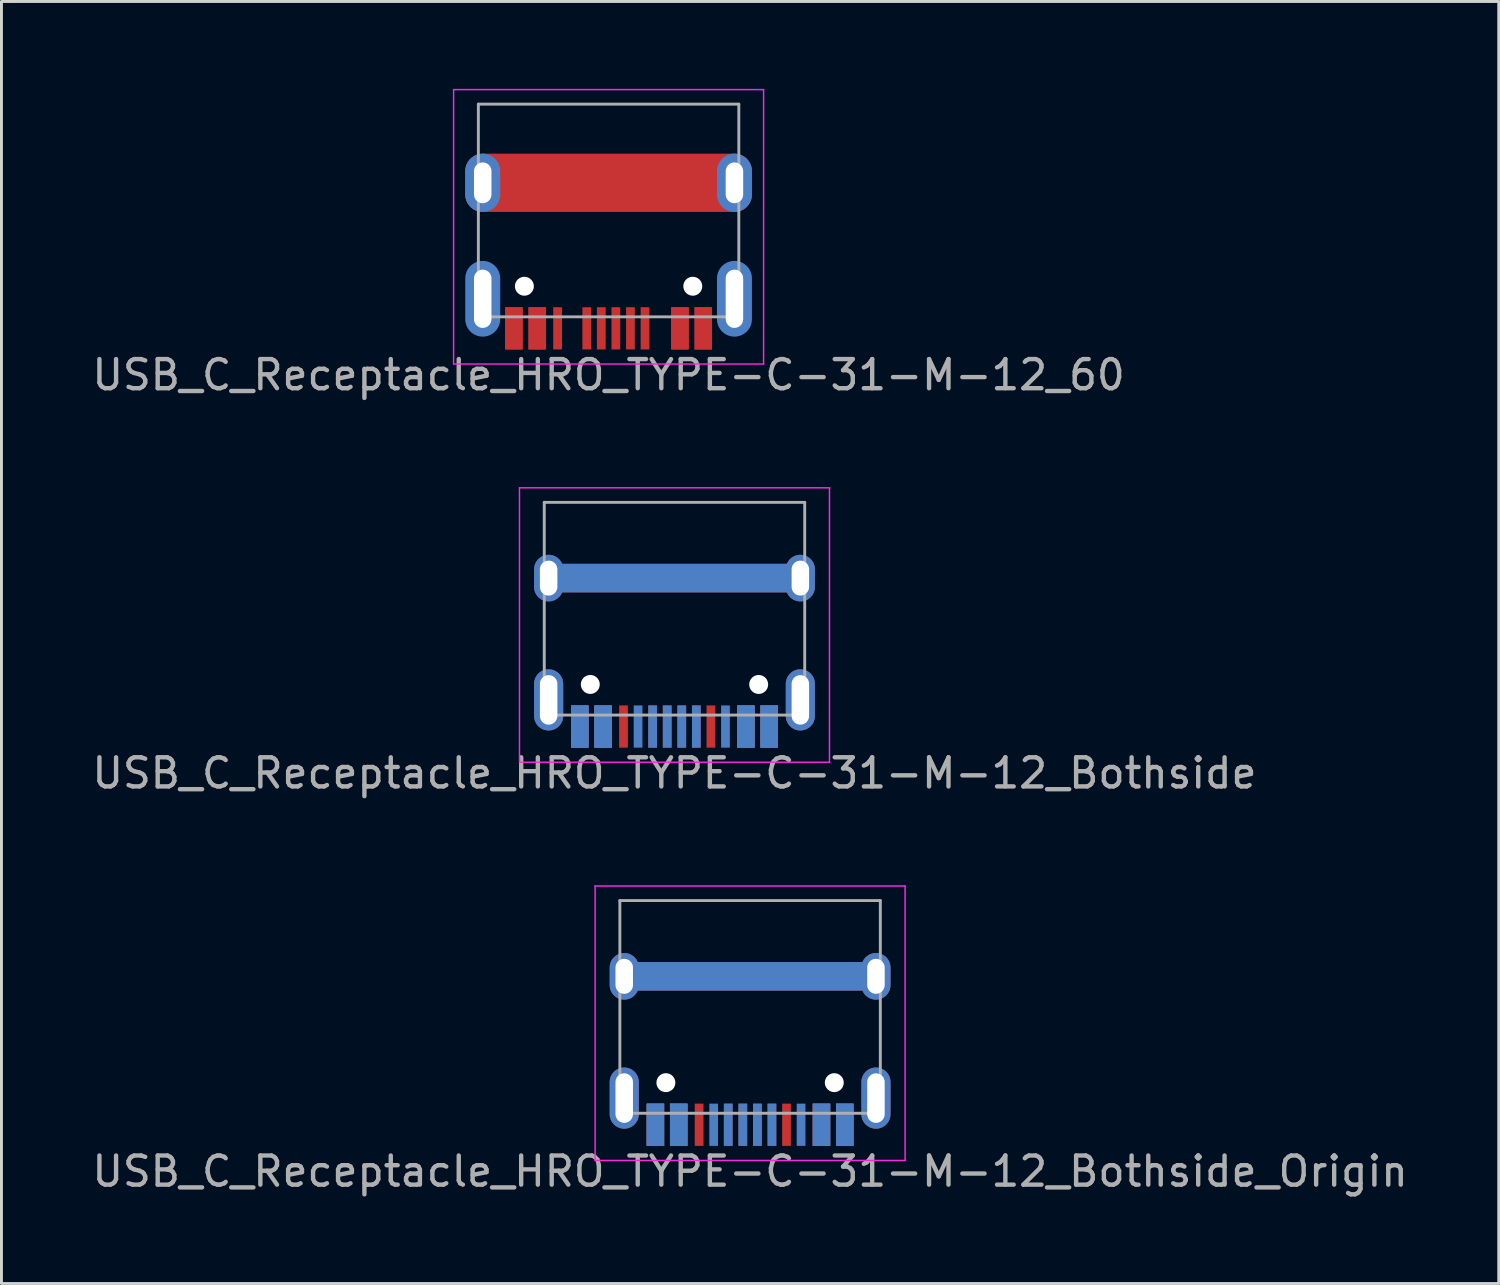
<source format=kicad_pcb>
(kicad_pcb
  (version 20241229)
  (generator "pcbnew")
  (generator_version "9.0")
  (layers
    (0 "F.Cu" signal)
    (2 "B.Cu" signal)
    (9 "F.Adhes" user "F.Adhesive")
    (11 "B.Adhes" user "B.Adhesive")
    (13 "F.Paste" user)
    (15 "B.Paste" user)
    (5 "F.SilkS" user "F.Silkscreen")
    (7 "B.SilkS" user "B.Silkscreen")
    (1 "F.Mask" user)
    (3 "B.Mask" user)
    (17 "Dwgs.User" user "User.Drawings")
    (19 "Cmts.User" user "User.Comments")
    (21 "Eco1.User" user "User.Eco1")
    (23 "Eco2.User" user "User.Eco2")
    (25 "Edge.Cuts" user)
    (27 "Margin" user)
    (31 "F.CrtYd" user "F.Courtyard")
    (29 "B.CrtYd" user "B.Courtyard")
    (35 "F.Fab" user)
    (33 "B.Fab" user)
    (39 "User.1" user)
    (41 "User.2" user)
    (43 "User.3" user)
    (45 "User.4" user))
  (footprint "USB_C_Receptacle_HRO_TYPE-C-31-M-12_60"
    (layer "F.Cu")
    (at 17.839 6.775)
    (property "Reference" "USB_C_Receptacle_HRO_TYPE-C-31-M-12_60" (at 0 3.045 0) (layer "F.Fab") (effects (font (size 1 1) (thickness 0.15))))
    (attr smd)
    (fp_line (start -5.32 2.67) (end -5.32 -6.75) (stroke (width 0.05) (type solid)) (layer "F.CrtYd"))
    (fp_line (start 5.32 -6.75) (end -5.32 -6.75) (stroke (width 0.05) (type solid)) (layer "F.CrtYd"))
    (fp_line (start 5.32 2.67) (end -5.32 2.67) (stroke (width 0.05) (type solid)) (layer "F.CrtYd"))
    (fp_line (start 5.32 2.67) (end 5.32 -6.75) (stroke (width 0.05) (type solid)) (layer "F.CrtYd"))
    (fp_line (start -4.47 1.05) (end -4.47 -6.25) (stroke (width 0.1) (type solid)) (layer "F.Fab"))
    (fp_line (start 4.47 -6.25) (end -4.47 -6.25) (stroke (width 0.1) (type solid)) (layer "F.Fab"))
    (fp_line (start 4.47 1.05) (end -4.47 1.05) (stroke (width 0.1) (type solid)) (layer "F.Fab"))
    (fp_line (start 4.47 1.05) (end 4.47 -6.25) (stroke (width 0.1) (type solid)) (layer "F.Fab"))
    (pad "" np_thru_hole circle (at -2.89 0 180) (size 0.65 0.65) (drill 0.65) (layers "*.Cu" "*.Mask"))
    (pad "" np_thru_hole circle (at 2.89 0 180) (size 0.65 0.65) (drill 0.65) (layers "*.Cu" "*.Mask"))
    (pad "A1" smd rect (at 3.25 1.445 180) (size 0.6 1.45) (layers "F.Cu" "F.Mask" "F.Paste"))
    (pad "A4" smd rect (at 2.45 1.445 180) (size 0.6 1.45) (layers "F.Cu" "F.Mask" "F.Paste"))
    (pad "A5" smd rect (at 1.25 1.445 180) (size 0.3 1.45) (layers "F.Cu" "F.Mask" "F.Paste"))
    (pad "A6" smd rect (at 0.25 1.445 180) (size 0.3 1.45) (layers "F.Cu" "F.Mask" "F.Paste"))
    (pad "A7" smd rect (at -0.25 1.445 180) (size 0.3 1.45) (layers "F.Cu" "F.Mask" "F.Paste"))
    (pad "A9" smd rect (at -2.45 1.445 180) (size 0.6 1.45) (layers "F.Cu" "F.Mask" "F.Paste"))
    (pad "A12" smd rect (at -3.25 1.445 180) (size 0.6 1.45) (layers "F.Cu" "F.Mask" "F.Paste"))
    (pad "B1" smd rect (at -3.25 1.445 180) (size 0.6 1.45) (layers "F.Cu" "F.Mask" "F.Paste"))
    (pad "B4" smd rect (at -2.45 1.445 180) (size 0.6 1.45) (layers "F.Cu" "F.Mask" "F.Paste"))
    (pad "B5" smd rect (at -1.75 1.445 180) (size 0.3 1.45) (layers "F.Cu" "F.Mask" "F.Paste"))
    (pad "B6" smd rect (at -0.75 1.445 180) (size 0.3 1.45) (layers "F.Cu" "F.Mask" "F.Paste"))
    (pad "B7" smd rect (at 0.75 1.445 180) (size 0.3 1.45) (layers "F.Cu" "F.Mask" "F.Paste"))
    (pad "B9" smd rect (at 2.45 1.445 180) (size 0.6 1.45) (layers "F.Cu" "F.Mask" "F.Paste"))
    (pad "B12" smd rect (at 3.25 1.445 180) (size 0.6 1.45) (layers "F.Cu" "F.Mask" "F.Paste"))
    (pad "S1" thru_hole oval (at -4.32 -3.55 180) (size 1 1.8) (drill oval 0.6 1.4) (layers "*.Cu" "*.Mask"))
    (pad "S1" smd oval (at -4.32 -3.55 180) (size 1.2 2) (layers "F.Cu"))
    (pad "S1" smd oval (at -4.32 -3.55 180) (size 1.2 2) (layers "B.Cu"))
    (pad "S1" thru_hole oval (at -4.32 0.43 180) (size 0.6 2) (drill oval 0.6 2) (layers "*.Cu" "*.Mask"))
    (pad "S1" smd oval (at -4.32 0.43 180) (size 1 2.4) (layers "B.Cu" "B.Mask"))
    (pad "S1" smd oval (at -4.32 0.43 180) (size 1.2 2.6) (layers "B.Cu"))
    (pad "S1" smd rect (at 0 -3.55) (size 8.64 1.8) (layers "F.Cu" "F.Mask"))
    (pad "S1" smd roundrect (at 0 -3.55) (size 9.84 2) (layers "F.Cu") (roundrect_rratio 0.3))
    (pad "S1" thru_hole oval (at 4.32 -3.55 180) (size 1 1.8) (drill oval 0.6 1.4) (layers "*.Cu" "*.Mask"))
    (pad "S1" smd oval (at 4.32 -3.55 180) (size 1.2 2) (layers "F.Cu"))
    (pad "S1" smd oval (at 4.32 -3.55 180) (size 1.2 2) (layers "B.Cu"))
    (pad "S1" thru_hole oval (at 4.32 0.43 180) (size 0.6 2) (drill oval 0.6 2) (layers "*.Cu" "*.Mask"))
    (pad "S1" smd oval (at 4.32 0.43 180) (size 1 2.4) (layers "B.Cu" "B.Mask"))
    (pad "S1" smd oval (at 4.32 0.43 180) (size 1.2 2.6) (layers "B.Cu")))
  (footprint "USB_C_Receptacle_HRO_TYPE-C-31-M-12_Bothside"
    (layer "F.Cu")
    (at 20.101 18.343)
    (property "Reference" "USB_C_Receptacle_HRO_TYPE-C-31-M-12_Bothside" (at 0 5.145 180) (layer "F.Fab") (effects (font (size 1 1) (thickness 0.15))))
    (attr smd)
    (fp_line (start -5.32 4.77) (end -5.32 -4.65) (stroke (width 0.05) (type solid)) (layer "F.CrtYd"))
    (fp_line (start 5.32 -4.65) (end -5.32 -4.65) (stroke (width 0.05) (type solid)) (layer "F.CrtYd"))
    (fp_line (start 5.32 4.77) (end -5.32 4.77) (stroke (width 0.05) (type solid)) (layer "F.CrtYd"))
    (fp_line (start 5.32 4.77) (end 5.32 -4.65) (stroke (width 0.05) (type solid)) (layer "F.CrtYd"))
    (fp_line (start -4.47 3.15) (end -4.47 -4.15) (stroke (width 0.1) (type solid)) (layer "F.Fab"))
    (fp_line (start 4.47 -4.15) (end -4.47 -4.15) (stroke (width 0.1) (type solid)) (layer "F.Fab"))
    (fp_line (start 4.47 3.15) (end -4.47 3.15) (stroke (width 0.1) (type solid)) (layer "F.Fab"))
    (fp_line (start 4.47 3.15) (end 4.47 -4.15) (stroke (width 0.1) (type solid)) (layer "F.Fab"))
    (pad "" np_thru_hole circle (at -2.89 2.1 180) (size 0.65 0.65) (drill 0.65) (layers "*.Cu" "*.Mask"))
    (pad "" np_thru_hole circle (at 2.89 2.1 180) (size 0.65 0.65) (drill 0.65) (layers "*.Cu" "*.Mask"))
    (pad "A1" smd rect (at -3.25 3.545 180) (size 0.6 1.45) (layers "B.Cu" "B.Mask" "B.Paste"))
    (pad "A1" smd rect (at 3.25 3.545 180) (size 0.6 1.45) (layers "F.Cu" "F.Mask" "F.Paste"))
    (pad "A4" smd rect (at -2.45 3.545 180) (size 0.6 1.45) (layers "B.Cu" "B.Mask" "B.Paste"))
    (pad "A4" smd rect (at 2.45 3.545 180) (size 0.6 1.45) (layers "F.Cu" "F.Mask" "F.Paste"))
    (pad "A5" smd rect (at -1.25 3.545 180) (size 0.3 1.45) (layers "B.Cu" "B.Mask" "B.Paste"))
    (pad "A5" smd rect (at 1.25 3.545 180) (size 0.3 1.45) (layers "F.Cu" "F.Mask" "F.Paste"))
    (pad "A6" smd rect (at -0.25 3.545 180) (size 0.3 1.45) (layers "B.Cu" "B.Mask" "B.Paste"))
    (pad "A6" smd rect (at 0.25 3.545 180) (size 0.3 1.45) (layers "F.Cu" "F.Mask" "F.Paste"))
    (pad "A7" smd rect (at -0.25 3.545 180) (size 0.3 1.45) (layers "F.Cu" "F.Mask" "F.Paste"))
    (pad "A7" smd rect (at 0.25 3.545 180) (size 0.3 1.45) (layers "B.Cu" "B.Mask" "B.Paste"))
    (pad "A9" smd rect (at -2.45 3.545 180) (size 0.6 1.45) (layers "F.Cu" "F.Mask" "F.Paste"))
    (pad "A9" smd rect (at 2.45 3.545 180) (size 0.6 1.45) (layers "B.Cu" "B.Mask" "B.Paste"))
    (pad "A12" smd rect (at -3.25 3.545 180) (size 0.6 1.45) (layers "F.Cu" "F.Mask" "F.Paste"))
    (pad "A12" smd rect (at 3.25 3.545 180) (size 0.6 1.45) (layers "B.Cu" "B.Mask" "B.Paste"))
    (pad "B1" smd rect (at -3.25 3.545 180) (size 0.6 1.45) (layers "F.Cu" "F.Mask" "F.Paste"))
    (pad "B1" smd rect (at 3.25 3.545 180) (size 0.6 1.45) (layers "B.Cu" "B.Mask" "B.Paste"))
    (pad "B4" smd rect (at -2.45 3.545 180) (size 0.6 1.45) (layers "F.Cu" "F.Mask" "F.Paste"))
    (pad "B4" smd rect (at 2.45 3.545 180) (size 0.6 1.45) (layers "B.Cu" "B.Mask" "B.Paste"))
    (pad "B5" smd rect (at -1.75 3.545 180) (size 0.3 1.45) (layers "F.Cu" "F.Mask" "F.Paste"))
    (pad "B5" smd rect (at 1.75 3.545 180) (size 0.3 1.45) (layers "B.Cu" "B.Mask" "B.Paste"))
    (pad "B6" smd rect (at -0.75 3.545 180) (size 0.3 1.45) (layers "F.Cu" "F.Mask" "F.Paste"))
    (pad "B6" smd rect (at 0.75 3.545 180) (size 0.3 1.45) (layers "B.Cu" "B.Mask" "B.Paste"))
    (pad "B7" smd rect (at -0.75 3.545 180) (size 0.3 1.45) (layers "B.Cu" "B.Mask" "B.Paste"))
    (pad "B7" smd rect (at 0.75 3.545 180) (size 0.3 1.45) (layers "F.Cu" "F.Mask" "F.Paste"))
    (pad "B9" smd rect (at -2.45 3.545 180) (size 0.6 1.45) (layers "B.Cu" "B.Mask" "B.Paste"))
    (pad "B9" smd rect (at 2.45 3.545 180) (size 0.6 1.45) (layers "F.Cu" "F.Mask" "F.Paste"))
    (pad "B12" smd rect (at -3.25 3.545 180) (size 0.6 1.45) (layers "B.Cu" "B.Mask" "B.Paste"))
    (pad "B12" smd rect (at 3.25 3.545 180) (size 0.6 1.45) (layers "F.Cu" "F.Mask" "F.Paste"))
    (pad "S1" thru_hole oval (at -4.32 -1.55 180) (size 1 1.6) (drill oval 0.6 1.2) (layers "*.Cu" "*.Mask"))
    (pad "S1" thru_hole oval (at -4.32 2.63 180) (size 1 2.1) (drill oval 0.6 1.7) (layers "*.Cu" "*.Mask"))
    (pad "S1" smd rect (at 0 -1.55) (size 8.64 0.981) (layers "F.Cu" "F.Mask"))
    (pad "S1" smd rect (at 0 -1.55) (size 8.64 0.981) (layers "B.Cu" "B.Mask"))
    (pad "S1" thru_hole oval (at 4.32 -1.55 180) (size 1 1.6) (drill oval 0.6 1.2) (layers "*.Cu" "*.Mask"))
    (pad "S1" thru_hole oval (at 4.32 2.63 180) (size 1 2.1) (drill oval 0.6 1.7) (layers "*.Cu" "*.Mask")))
  (footprint "USB_C_Receptacle_HRO_TYPE-C-31-M-12_Bothside_Origin"
    (layer "F.Cu")
    (at 22.696 35.161)
    (property "Reference" "USB_C_Receptacle_HRO_TYPE-C-31-M-12_Bothside_Origin" (at 0 1.995 180) (layer "F.Fab") (effects (font (size 1 1) (thickness 0.15))))
    (attr smd)
    (fp_line (start -5.32 1.62) (end -5.32 -7.8) (stroke (width 0.05) (type solid)) (layer "F.CrtYd"))
    (fp_line (start 5.32 -7.8) (end -5.32 -7.8) (stroke (width 0.05) (type solid)) (layer "F.CrtYd"))
    (fp_line (start 5.32 1.62) (end -5.32 1.62) (stroke (width 0.05) (type solid)) (layer "F.CrtYd"))
    (fp_line (start 5.32 1.62) (end 5.32 -7.8) (stroke (width 0.05) (type solid)) (layer "F.CrtYd"))
    (fp_line (start -4.47 0) (end -4.47 -7.3) (stroke (width 0.1) (type solid)) (layer "F.Fab"))
    (fp_line (start 4.47 -7.3) (end -4.47 -7.3) (stroke (width 0.1) (type solid)) (layer "F.Fab"))
    (fp_line (start 4.47 0) (end -4.47 0) (stroke (width 0.1) (type solid)) (layer "F.Fab"))
    (fp_line (start 4.47 0) (end 4.47 -7.3) (stroke (width 0.1) (type solid)) (layer "F.Fab"))
    (pad "" np_thru_hole circle (at -2.89 -1.05 180) (size 0.65 0.65) (drill 0.65) (layers "*.Cu" "*.Mask"))
    (pad "" np_thru_hole circle (at 2.89 -1.05 180) (size 0.65 0.65) (drill 0.65) (layers "*.Cu" "*.Mask"))
    (pad "A1" smd rect (at -3.25 0.395 180) (size 0.6 1.45) (layers "B.Cu" "B.Mask" "B.Paste"))
    (pad "A1" smd rect (at 3.25 0.395 180) (size 0.6 1.45) (layers "F.Cu" "F.Mask" "F.Paste"))
    (pad "A4" smd rect (at -2.45 0.395 180) (size 0.6 1.45) (layers "B.Cu" "B.Mask" "B.Paste"))
    (pad "A4" smd rect (at 2.45 0.395 180) (size 0.6 1.45) (layers "F.Cu" "F.Mask" "F.Paste"))
    (pad "A5" smd rect (at -1.25 0.395 180) (size 0.3 1.45) (layers "B.Cu" "B.Mask" "B.Paste"))
    (pad "A5" smd rect (at 1.25 0.395 180) (size 0.3 1.45) (layers "F.Cu" "F.Mask" "F.Paste"))
    (pad "A6" smd rect (at -0.25 0.395 180) (size 0.3 1.45) (layers "B.Cu" "B.Mask" "B.Paste"))
    (pad "A6" smd rect (at 0.25 0.395 180) (size 0.3 1.45) (layers "F.Cu" "F.Mask" "F.Paste"))
    (pad "A7" smd rect (at -0.25 0.395 180) (size 0.3 1.45) (layers "F.Cu" "F.Mask" "F.Paste"))
    (pad "A7" smd rect (at 0.25 0.395 180) (size 0.3 1.45) (layers "B.Cu" "B.Mask" "B.Paste"))
    (pad "A9" smd rect (at -2.45 0.395 180) (size 0.6 1.45) (layers "F.Cu" "F.Mask" "F.Paste"))
    (pad "A9" smd rect (at 2.45 0.395 180) (size 0.6 1.45) (layers "B.Cu" "B.Mask" "B.Paste"))
    (pad "A12" smd rect (at -3.25 0.395 180) (size 0.6 1.45) (layers "F.Cu" "F.Mask" "F.Paste"))
    (pad "A12" smd rect (at 3.25 0.395 180) (size 0.6 1.45) (layers "B.Cu" "B.Mask" "B.Paste"))
    (pad "B1" smd rect (at -3.25 0.395 180) (size 0.6 1.45) (layers "F.Cu" "F.Mask" "F.Paste"))
    (pad "B1" smd rect (at 3.25 0.395 180) (size 0.6 1.45) (layers "B.Cu" "B.Mask" "B.Paste"))
    (pad "B4" smd rect (at -2.45 0.395 180) (size 0.6 1.45) (layers "F.Cu" "F.Mask" "F.Paste"))
    (pad "B4" smd rect (at 2.45 0.395 180) (size 0.6 1.45) (layers "B.Cu" "B.Mask" "B.Paste"))
    (pad "B5" smd rect (at -1.75 0.395 180) (size 0.3 1.45) (layers "F.Cu" "F.Mask" "F.Paste"))
    (pad "B5" smd rect (at 1.75 0.395 180) (size 0.3 1.45) (layers "B.Cu" "B.Mask" "B.Paste"))
    (pad "B6" smd rect (at -0.75 0.395 180) (size 0.3 1.45) (layers "F.Cu" "F.Mask" "F.Paste"))
    (pad "B6" smd rect (at 0.75 0.395 180) (size 0.3 1.45) (layers "B.Cu" "B.Mask" "B.Paste"))
    (pad "B7" smd rect (at -0.75 0.395 180) (size 0.3 1.45) (layers "B.Cu" "B.Mask" "B.Paste"))
    (pad "B7" smd rect (at 0.75 0.395 180) (size 0.3 1.45) (layers "F.Cu" "F.Mask" "F.Paste"))
    (pad "B9" smd rect (at -2.45 0.395 180) (size 0.6 1.45) (layers "B.Cu" "B.Mask" "B.Paste"))
    (pad "B9" smd rect (at 2.45 0.395 180) (size 0.6 1.45) (layers "F.Cu" "F.Mask" "F.Paste"))
    (pad "B12" smd rect (at -3.25 0.395 180) (size 0.6 1.45) (layers "B.Cu" "B.Mask" "B.Paste"))
    (pad "B12" smd rect (at 3.25 0.395 180) (size 0.6 1.45) (layers "F.Cu" "F.Mask" "F.Paste"))
    (pad "S1" thru_hole oval (at -4.32 -4.7 180) (size 1 1.6) (drill oval 0.6 1.2) (layers "*.Cu" "*.Mask"))
    (pad "S1" thru_hole oval (at -4.32 -0.52 180) (size 1 2.1) (drill oval 0.6 1.7) (layers "*.Cu" "*.Mask"))
    (pad "S1" smd rect (at 0 -4.7) (size 8.64 0.981) (layers "F.Cu" "F.Mask"))
    (pad "S1" smd rect (at 0 -4.7) (size 8.64 0.981) (layers "B.Cu" "B.Mask"))
    (pad "S1" thru_hole oval (at 4.32 -4.7 180) (size 1 1.6) (drill oval 0.6 1.2) (layers "*.Cu" "*.Mask"))
    (pad "S1" thru_hole oval (at 4.32 -0.52 180) (size 1 2.1) (drill oval 0.6 1.7) (layers "*.Cu" "*.Mask")))
  (gr_rect
    (start -3 -3)
    (end 48.393 41.005)
    (stroke (width 0.1) (type default))
    (fill no)
    (layer "Edge.Cuts")))
</source>
